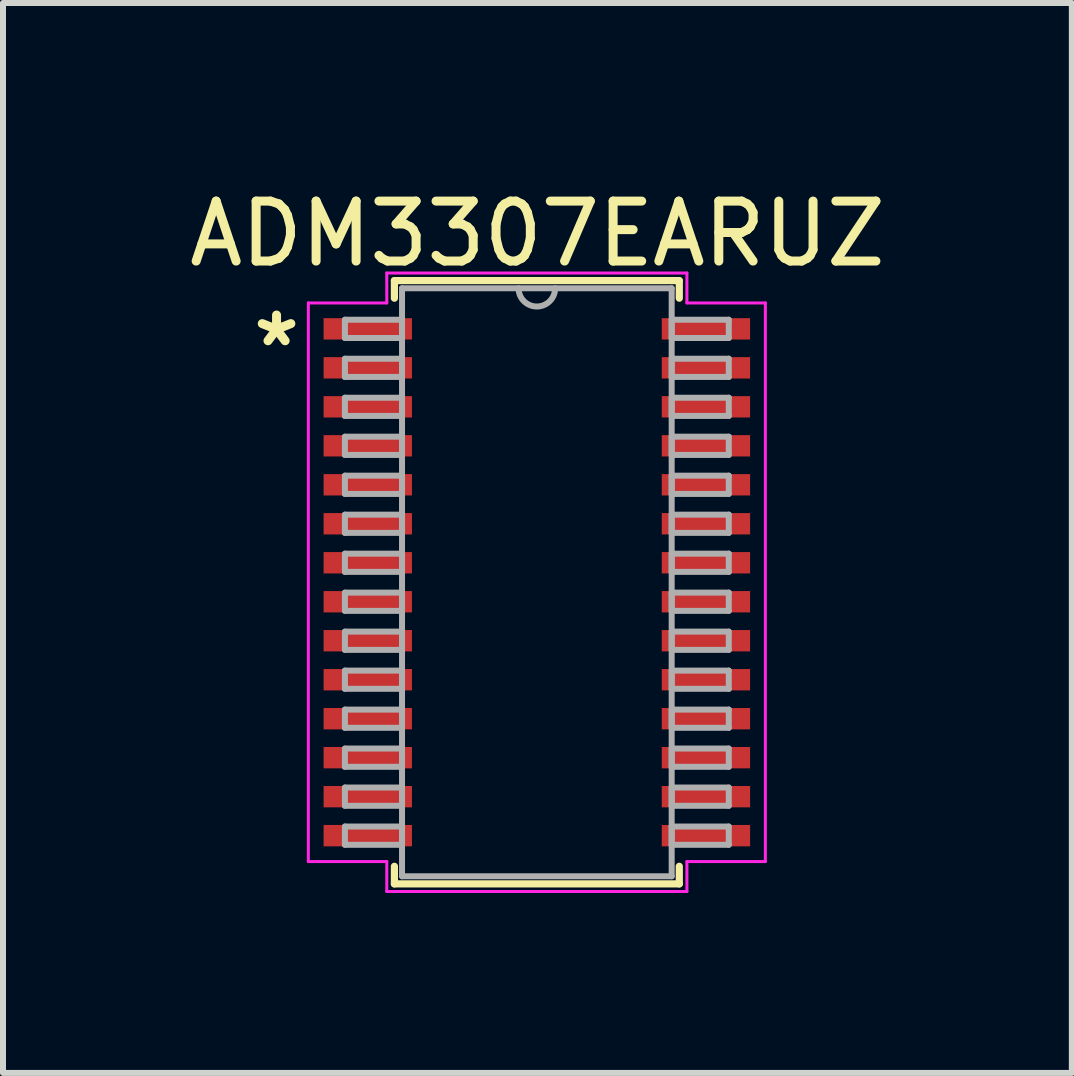
<source format=kicad_pcb>
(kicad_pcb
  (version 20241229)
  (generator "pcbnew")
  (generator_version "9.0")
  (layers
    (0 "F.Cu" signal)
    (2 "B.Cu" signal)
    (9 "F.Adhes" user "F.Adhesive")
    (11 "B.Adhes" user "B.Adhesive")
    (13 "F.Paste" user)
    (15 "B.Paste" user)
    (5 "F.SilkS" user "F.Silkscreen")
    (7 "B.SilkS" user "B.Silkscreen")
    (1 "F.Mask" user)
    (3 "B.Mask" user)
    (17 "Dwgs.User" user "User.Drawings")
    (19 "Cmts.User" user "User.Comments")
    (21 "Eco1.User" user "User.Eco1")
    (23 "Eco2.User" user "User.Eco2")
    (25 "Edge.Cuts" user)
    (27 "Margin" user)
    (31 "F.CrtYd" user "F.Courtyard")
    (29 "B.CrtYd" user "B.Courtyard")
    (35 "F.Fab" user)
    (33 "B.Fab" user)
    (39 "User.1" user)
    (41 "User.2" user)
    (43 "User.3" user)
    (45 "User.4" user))
  (footprint "ADM3307EARUZ"
    (layer "F.Cu")
    (at 5.901 6.658)
    (property "Reference" "ADM3307EARUZ" (at 0.01 -5.81 0) (layer "F.SilkS") (effects (font (size 1 1) (thickness 0.15))))
    (attr through_hole)
    (fp_line (start -2.375 -5.029) (end -2.375 -4.736) (stroke (width 0.12) (type solid)) (layer "F.SilkS"))
    (fp_line (start -2.375 4.736) (end -2.375 5.029) (stroke (width 0.12) (type solid)) (layer "F.SilkS"))
    (fp_line (start -2.375 5.029) (end 2.375 5.029) (stroke (width 0.12) (type solid)) (layer "F.SilkS"))
    (fp_line (start 2.375 -5.029) (end -2.375 -5.029) (stroke (width 0.12) (type solid)) (layer "F.SilkS"))
    (fp_line (start 2.375 -4.736) (end 2.375 -5.029) (stroke (width 0.12) (type solid)) (layer "F.SilkS"))
    (fp_line (start 2.375 5.029) (end 2.375 4.736) (stroke (width 0.12) (type solid)) (layer "F.SilkS"))
    (fp_line (start -3.81 -4.657) (end -2.502 -4.657) (stroke (width 0.05) (type solid)) (layer "F.CrtYd"))
    (fp_line (start -3.81 4.657) (end -3.81 -4.657) (stroke (width 0.05) (type solid)) (layer "F.CrtYd"))
    (fp_line (start -2.502 -5.156) (end 2.502 -5.156) (stroke (width 0.05) (type solid)) (layer "F.CrtYd"))
    (fp_line (start -2.502 -4.657) (end -2.502 -5.156) (stroke (width 0.05) (type solid)) (layer "F.CrtYd"))
    (fp_line (start -2.502 4.657) (end -3.81 4.657) (stroke (width 0.05) (type solid)) (layer "F.CrtYd"))
    (fp_line (start -2.502 5.156) (end -2.502 4.657) (stroke (width 0.05) (type solid)) (layer "F.CrtYd"))
    (fp_line (start 2.502 -5.156) (end 2.502 -4.657) (stroke (width 0.05) (type solid)) (layer "F.CrtYd"))
    (fp_line (start 2.502 -4.657) (end 3.81 -4.657) (stroke (width 0.05) (type solid)) (layer "F.CrtYd"))
    (fp_line (start 2.502 4.657) (end 2.502 5.156) (stroke (width 0.05) (type solid)) (layer "F.CrtYd"))
    (fp_line (start 2.502 5.156) (end -2.502 5.156) (stroke (width 0.05) (type solid)) (layer "F.CrtYd"))
    (fp_line (start 3.81 -4.657) (end 3.81 4.657) (stroke (width 0.05) (type solid)) (layer "F.CrtYd"))
    (fp_line (start 3.81 4.657) (end 2.502 4.657) (stroke (width 0.05) (type solid)) (layer "F.CrtYd"))
    (fp_line (start -3.2 -4.377) (end -3.2 -4.073) (stroke (width 0.1) (type solid)) (layer "F.Fab"))
    (fp_line (start -3.2 -4.073) (end -2.248 -4.073) (stroke (width 0.1) (type solid)) (layer "F.Fab"))
    (fp_line (start -3.2 -3.727) (end -3.2 -3.423) (stroke (width 0.1) (type solid)) (layer "F.Fab"))
    (fp_line (start -3.2 -3.423) (end -2.248 -3.423) (stroke (width 0.1) (type solid)) (layer "F.Fab"))
    (fp_line (start -3.2 -3.077) (end -3.2 -2.773) (stroke (width 0.1) (type solid)) (layer "F.Fab"))
    (fp_line (start -3.2 -2.773) (end -2.248 -2.773) (stroke (width 0.1) (type solid)) (layer "F.Fab"))
    (fp_line (start -3.2 -2.427) (end -3.2 -2.123) (stroke (width 0.1) (type solid)) (layer "F.Fab"))
    (fp_line (start -3.2 -2.123) (end -2.248 -2.123) (stroke (width 0.1) (type solid)) (layer "F.Fab"))
    (fp_line (start -3.2 -1.777) (end -3.2 -1.473) (stroke (width 0.1) (type solid)) (layer "F.Fab"))
    (fp_line (start -3.2 -1.473) (end -2.248 -1.473) (stroke (width 0.1) (type solid)) (layer "F.Fab"))
    (fp_line (start -3.2 -1.127) (end -3.2 -0.823) (stroke (width 0.1) (type solid)) (layer "F.Fab"))
    (fp_line (start -3.2 -0.823) (end -2.248 -0.823) (stroke (width 0.1) (type solid)) (layer "F.Fab"))
    (fp_line (start -3.2 -0.477) (end -3.2 -0.173) (stroke (width 0.1) (type solid)) (layer "F.Fab"))
    (fp_line (start -3.2 -0.173) (end -2.248 -0.173) (stroke (width 0.1) (type solid)) (layer "F.Fab"))
    (fp_line (start -3.2 0.173) (end -3.2 0.477) (stroke (width 0.1) (type solid)) (layer "F.Fab"))
    (fp_line (start -3.2 0.477) (end -2.248 0.477) (stroke (width 0.1) (type solid)) (layer "F.Fab"))
    (fp_line (start -3.2 0.823) (end -3.2 1.127) (stroke (width 0.1) (type solid)) (layer "F.Fab"))
    (fp_line (start -3.2 1.127) (end -2.248 1.127) (stroke (width 0.1) (type solid)) (layer "F.Fab"))
    (fp_line (start -3.2 1.473) (end -3.2 1.777) (stroke (width 0.1) (type solid)) (layer "F.Fab"))
    (fp_line (start -3.2 1.777) (end -2.248 1.777) (stroke (width 0.1) (type solid)) (layer "F.Fab"))
    (fp_line (start -3.2 2.123) (end -3.2 2.427) (stroke (width 0.1) (type solid)) (layer "F.Fab"))
    (fp_line (start -3.2 2.427) (end -2.248 2.427) (stroke (width 0.1) (type solid)) (layer "F.Fab"))
    (fp_line (start -3.2 2.773) (end -3.2 3.077) (stroke (width 0.1) (type solid)) (layer "F.Fab"))
    (fp_line (start -3.2 3.077) (end -2.248 3.077) (stroke (width 0.1) (type solid)) (layer "F.Fab"))
    (fp_line (start -3.2 3.423) (end -3.2 3.727) (stroke (width 0.1) (type solid)) (layer "F.Fab"))
    (fp_line (start -3.2 3.727) (end -2.248 3.727) (stroke (width 0.1) (type solid)) (layer "F.Fab"))
    (fp_line (start -3.2 4.073) (end -3.2 4.377) (stroke (width 0.1) (type solid)) (layer "F.Fab"))
    (fp_line (start -3.2 4.377) (end -2.248 4.377) (stroke (width 0.1) (type solid)) (layer "F.Fab"))
    (fp_line (start -2.248 -4.902) (end -2.248 4.902) (stroke (width 0.1) (type solid)) (layer "F.Fab"))
    (fp_line (start -2.248 -4.377) (end -3.2 -4.377) (stroke (width 0.1) (type solid)) (layer "F.Fab"))
    (fp_line (start -2.248 -4.073) (end -2.248 -4.377) (stroke (width 0.1) (type solid)) (layer "F.Fab"))
    (fp_line (start -2.248 -3.727) (end -3.2 -3.727) (stroke (width 0.1) (type solid)) (layer "F.Fab"))
    (fp_line (start -2.248 -3.423) (end -2.248 -3.727) (stroke (width 0.1) (type solid)) (layer "F.Fab"))
    (fp_line (start -2.248 -3.077) (end -3.2 -3.077) (stroke (width 0.1) (type solid)) (layer "F.Fab"))
    (fp_line (start -2.248 -2.773) (end -2.248 -3.077) (stroke (width 0.1) (type solid)) (layer "F.Fab"))
    (fp_line (start -2.248 -2.427) (end -3.2 -2.427) (stroke (width 0.1) (type solid)) (layer "F.Fab"))
    (fp_line (start -2.248 -2.123) (end -2.248 -2.427) (stroke (width 0.1) (type solid)) (layer "F.Fab"))
    (fp_line (start -2.248 -1.777) (end -3.2 -1.777) (stroke (width 0.1) (type solid)) (layer "F.Fab"))
    (fp_line (start -2.248 -1.473) (end -2.248 -1.777) (stroke (width 0.1) (type solid)) (layer "F.Fab"))
    (fp_line (start -2.248 -1.127) (end -3.2 -1.127) (stroke (width 0.1) (type solid)) (layer "F.Fab"))
    (fp_line (start -2.248 -0.823) (end -2.248 -1.127) (stroke (width 0.1) (type solid)) (layer "F.Fab"))
    (fp_line (start -2.248 -0.477) (end -3.2 -0.477) (stroke (width 0.1) (type solid)) (layer "F.Fab"))
    (fp_line (start -2.248 -0.173) (end -2.248 -0.477) (stroke (width 0.1) (type solid)) (layer "F.Fab"))
    (fp_line (start -2.248 0.173) (end -3.2 0.173) (stroke (width 0.1) (type solid)) (layer "F.Fab"))
    (fp_line (start -2.248 0.477) (end -2.248 0.173) (stroke (width 0.1) (type solid)) (layer "F.Fab"))
    (fp_line (start -2.248 0.823) (end -3.2 0.823) (stroke (width 0.1) (type solid)) (layer "F.Fab"))
    (fp_line (start -2.248 1.127) (end -2.248 0.823) (stroke (width 0.1) (type solid)) (layer "F.Fab"))
    (fp_line (start -2.248 1.473) (end -3.2 1.473) (stroke (width 0.1) (type solid)) (layer "F.Fab"))
    (fp_line (start -2.248 1.777) (end -2.248 1.473) (stroke (width 0.1) (type solid)) (layer "F.Fab"))
    (fp_line (start -2.248 2.123) (end -3.2 2.123) (stroke (width 0.1) (type solid)) (layer "F.Fab"))
    (fp_line (start -2.248 2.427) (end -2.248 2.123) (stroke (width 0.1) (type solid)) (layer "F.Fab"))
    (fp_line (start -2.248 2.773) (end -3.2 2.773) (stroke (width 0.1) (type solid)) (layer "F.Fab"))
    (fp_line (start -2.248 3.077) (end -2.248 2.773) (stroke (width 0.1) (type solid)) (layer "F.Fab"))
    (fp_line (start -2.248 3.423) (end -3.2 3.423) (stroke (width 0.1) (type solid)) (layer "F.Fab"))
    (fp_line (start -2.248 3.727) (end -2.248 3.423) (stroke (width 0.1) (type solid)) (layer "F.Fab"))
    (fp_line (start -2.248 4.073) (end -3.2 4.073) (stroke (width 0.1) (type solid)) (layer "F.Fab"))
    (fp_line (start -2.248 4.377) (end -2.248 4.073) (stroke (width 0.1) (type solid)) (layer "F.Fab"))
    (fp_line (start -2.248 4.902) (end 2.248 4.902) (stroke (width 0.1) (type solid)) (layer "F.Fab"))
    (fp_line (start 2.248 -4.902) (end -2.248 -4.902) (stroke (width 0.1) (type solid)) (layer "F.Fab"))
    (fp_line (start 2.248 -4.377) (end 2.248 -4.073) (stroke (width 0.1) (type solid)) (layer "F.Fab"))
    (fp_line (start 2.248 -4.073) (end 3.2 -4.073) (stroke (width 0.1) (type solid)) (layer "F.Fab"))
    (fp_line (start 2.248 -3.727) (end 2.248 -3.423) (stroke (width 0.1) (type solid)) (layer "F.Fab"))
    (fp_line (start 2.248 -3.423) (end 3.2 -3.423) (stroke (width 0.1) (type solid)) (layer "F.Fab"))
    (fp_line (start 2.248 -3.077) (end 2.248 -2.773) (stroke (width 0.1) (type solid)) (layer "F.Fab"))
    (fp_line (start 2.248 -2.773) (end 3.2 -2.773) (stroke (width 0.1) (type solid)) (layer "F.Fab"))
    (fp_line (start 2.248 -2.427) (end 2.248 -2.123) (stroke (width 0.1) (type solid)) (layer "F.Fab"))
    (fp_line (start 2.248 -2.123) (end 3.2 -2.123) (stroke (width 0.1) (type solid)) (layer "F.Fab"))
    (fp_line (start 2.248 -1.777) (end 2.248 -1.473) (stroke (width 0.1) (type solid)) (layer "F.Fab"))
    (fp_line (start 2.248 -1.473) (end 3.2 -1.473) (stroke (width 0.1) (type solid)) (layer "F.Fab"))
    (fp_line (start 2.248 -1.127) (end 2.248 -0.823) (stroke (width 0.1) (type solid)) (layer "F.Fab"))
    (fp_line (start 2.248 -0.823) (end 3.2 -0.823) (stroke (width 0.1) (type solid)) (layer "F.Fab"))
    (fp_line (start 2.248 -0.477) (end 2.248 -0.173) (stroke (width 0.1) (type solid)) (layer "F.Fab"))
    (fp_line (start 2.248 -0.173) (end 3.2 -0.173) (stroke (width 0.1) (type solid)) (layer "F.Fab"))
    (fp_line (start 2.248 0.173) (end 2.248 0.477) (stroke (width 0.1) (type solid)) (layer "F.Fab"))
    (fp_line (start 2.248 0.477) (end 3.2 0.477) (stroke (width 0.1) (type solid)) (layer "F.Fab"))
    (fp_line (start 2.248 0.823) (end 2.248 1.127) (stroke (width 0.1) (type solid)) (layer "F.Fab"))
    (fp_line (start 2.248 1.127) (end 3.2 1.127) (stroke (width 0.1) (type solid)) (layer "F.Fab"))
    (fp_line (start 2.248 1.473) (end 2.248 1.777) (stroke (width 0.1) (type solid)) (layer "F.Fab"))
    (fp_line (start 2.248 1.777) (end 3.2 1.777) (stroke (width 0.1) (type solid)) (layer "F.Fab"))
    (fp_line (start 2.248 2.123) (end 2.248 2.427) (stroke (width 0.1) (type solid)) (layer "F.Fab"))
    (fp_line (start 2.248 2.427) (end 3.2 2.427) (stroke (width 0.1) (type solid)) (layer "F.Fab"))
    (fp_line (start 2.248 2.773) (end 2.248 3.077) (stroke (width 0.1) (type solid)) (layer "F.Fab"))
    (fp_line (start 2.248 3.077) (end 3.2 3.077) (stroke (width 0.1) (type solid)) (layer "F.Fab"))
    (fp_line (start 2.248 3.423) (end 2.248 3.727) (stroke (width 0.1) (type solid)) (layer "F.Fab"))
    (fp_line (start 2.248 3.727) (end 3.2 3.727) (stroke (width 0.1) (type solid)) (layer "F.Fab"))
    (fp_line (start 2.248 4.073) (end 2.248 4.377) (stroke (width 0.1) (type solid)) (layer "F.Fab"))
    (fp_line (start 2.248 4.377) (end 3.2 4.377) (stroke (width 0.1) (type solid)) (layer "F.Fab"))
    (fp_line (start 2.248 4.902) (end 2.248 -4.902) (stroke (width 0.1) (type solid)) (layer "F.Fab"))
    (fp_line (start 3.2 -4.377) (end 2.248 -4.377) (stroke (width 0.1) (type solid)) (layer "F.Fab"))
    (fp_line (start 3.2 -4.073) (end 3.2 -4.377) (stroke (width 0.1) (type solid)) (layer "F.Fab"))
    (fp_line (start 3.2 -3.727) (end 2.248 -3.727) (stroke (width 0.1) (type solid)) (layer "F.Fab"))
    (fp_line (start 3.2 -3.423) (end 3.2 -3.727) (stroke (width 0.1) (type solid)) (layer "F.Fab"))
    (fp_line (start 3.2 -3.077) (end 2.248 -3.077) (stroke (width 0.1) (type solid)) (layer "F.Fab"))
    (fp_line (start 3.2 -2.773) (end 3.2 -3.077) (stroke (width 0.1) (type solid)) (layer "F.Fab"))
    (fp_line (start 3.2 -2.427) (end 2.248 -2.427) (stroke (width 0.1) (type solid)) (layer "F.Fab"))
    (fp_line (start 3.2 -2.123) (end 3.2 -2.427) (stroke (width 0.1) (type solid)) (layer "F.Fab"))
    (fp_line (start 3.2 -1.777) (end 2.248 -1.777) (stroke (width 0.1) (type solid)) (layer "F.Fab"))
    (fp_line (start 3.2 -1.473) (end 3.2 -1.777) (stroke (width 0.1) (type solid)) (layer "F.Fab"))
    (fp_line (start 3.2 -1.127) (end 2.248 -1.127) (stroke (width 0.1) (type solid)) (layer "F.Fab"))
    (fp_line (start 3.2 -0.823) (end 3.2 -1.127) (stroke (width 0.1) (type solid)) (layer "F.Fab"))
    (fp_line (start 3.2 -0.477) (end 2.248 -0.477) (stroke (width 0.1) (type solid)) (layer "F.Fab"))
    (fp_line (start 3.2 -0.173) (end 3.2 -0.477) (stroke (width 0.1) (type solid)) (layer "F.Fab"))
    (fp_line (start 3.2 0.173) (end 2.248 0.173) (stroke (width 0.1) (type solid)) (layer "F.Fab"))
    (fp_line (start 3.2 0.477) (end 3.2 0.173) (stroke (width 0.1) (type solid)) (layer "F.Fab"))
    (fp_line (start 3.2 0.823) (end 2.248 0.823) (stroke (width 0.1) (type solid)) (layer "F.Fab"))
    (fp_line (start 3.2 1.127) (end 3.2 0.823) (stroke (width 0.1) (type solid)) (layer "F.Fab"))
    (fp_line (start 3.2 1.473) (end 2.248 1.473) (stroke (width 0.1) (type solid)) (layer "F.Fab"))
    (fp_line (start 3.2 1.777) (end 3.2 1.473) (stroke (width 0.1) (type solid)) (layer "F.Fab"))
    (fp_line (start 3.2 2.123) (end 2.248 2.123) (stroke (width 0.1) (type solid)) (layer "F.Fab"))
    (fp_line (start 3.2 2.427) (end 3.2 2.123) (stroke (width 0.1) (type solid)) (layer "F.Fab"))
    (fp_line (start 3.2 2.773) (end 2.248 2.773) (stroke (width 0.1) (type solid)) (layer "F.Fab"))
    (fp_line (start 3.2 3.077) (end 3.2 2.773) (stroke (width 0.1) (type solid)) (layer "F.Fab"))
    (fp_line (start 3.2 3.423) (end 2.248 3.423) (stroke (width 0.1) (type solid)) (layer "F.Fab"))
    (fp_line (start 3.2 3.727) (end 3.2 3.423) (stroke (width 0.1) (type solid)) (layer "F.Fab"))
    (fp_line (start 3.2 4.073) (end 2.248 4.073) (stroke (width 0.1) (type solid)) (layer "F.Fab"))
    (fp_line (start 3.2 4.377) (end 3.2 4.073) (stroke (width 0.1) (type solid)) (layer "F.Fab"))
    (fp_arc (start 0.3048 -4.9022) (mid 0 -4.5974) (end -0.3048 -4.9022) (stroke (width 0.1) (type solid)) (layer "F.Fab"))
    (fp_text user "*" (at -4.34 -3.91 0) (layer "F.SilkS") (effects (font (size 1 1) (thickness 0.15))))
    (pad "1" smd rect (at -2.819 -4.225) (size 1.473 0.356) (layers "F.Cu" "F.Mask" "F.Paste"))
    (pad "2" smd rect (at -2.819 -3.575) (size 1.473 0.356) (layers "F.Cu" "F.Mask" "F.Paste"))
    (pad "3" smd rect (at -2.819 -2.925) (size 1.473 0.356) (layers "F.Cu" "F.Mask" "F.Paste"))
    (pad "4" smd rect (at -2.819 -2.275) (size 1.473 0.356) (layers "F.Cu" "F.Mask" "F.Paste"))
    (pad "5" smd rect (at -2.819 -1.625) (size 1.473 0.356) (layers "F.Cu" "F.Mask" "F.Paste"))
    (pad "6" smd rect (at -2.819 -0.975) (size 1.473 0.356) (layers "F.Cu" "F.Mask" "F.Paste"))
    (pad "7" smd rect (at -2.819 -0.325) (size 1.473 0.356) (layers "F.Cu" "F.Mask" "F.Paste"))
    (pad "8" smd rect (at -2.819 0.325) (size 1.473 0.356) (layers "F.Cu" "F.Mask" "F.Paste"))
    (pad "9" smd rect (at -2.819 0.975) (size 1.473 0.356) (layers "F.Cu" "F.Mask" "F.Paste"))
    (pad "10" smd rect (at -2.819 1.625) (size 1.473 0.356) (layers "F.Cu" "F.Mask" "F.Paste"))
    (pad "11" smd rect (at -2.819 2.275) (size 1.473 0.356) (layers "F.Cu" "F.Mask" "F.Paste"))
    (pad "12" smd rect (at -2.819 2.925) (size 1.473 0.356) (layers "F.Cu" "F.Mask" "F.Paste"))
    (pad "13" smd rect (at -2.819 3.575) (size 1.473 0.356) (layers "F.Cu" "F.Mask" "F.Paste"))
    (pad "14" smd rect (at -2.819 4.225) (size 1.473 0.356) (layers "F.Cu" "F.Mask" "F.Paste"))
    (pad "15" smd rect (at 2.819 4.225) (size 1.473 0.356) (layers "F.Cu" "F.Mask" "F.Paste"))
    (pad "16" smd rect (at 2.819 3.575) (size 1.473 0.356) (layers "F.Cu" "F.Mask" "F.Paste"))
    (pad "17" smd rect (at 2.819 2.925) (size 1.473 0.356) (layers "F.Cu" "F.Mask" "F.Paste"))
    (pad "18" smd rect (at 2.819 2.275) (size 1.473 0.356) (layers "F.Cu" "F.Mask" "F.Paste"))
    (pad "19" smd rect (at 2.819 1.625) (size 1.473 0.356) (layers "F.Cu" "F.Mask" "F.Paste"))
    (pad "20" smd rect (at 2.819 0.975) (size 1.473 0.356) (layers "F.Cu" "F.Mask" "F.Paste"))
    (pad "21" smd rect (at 2.819 0.325) (size 1.473 0.356) (layers "F.Cu" "F.Mask" "F.Paste"))
    (pad "22" smd rect (at 2.819 -0.325) (size 1.473 0.356) (layers "F.Cu" "F.Mask" "F.Paste"))
    (pad "23" smd rect (at 2.819 -0.975) (size 1.473 0.356) (layers "F.Cu" "F.Mask" "F.Paste"))
    (pad "24" smd rect (at 2.819 -1.625) (size 1.473 0.356) (layers "F.Cu" "F.Mask" "F.Paste"))
    (pad "25" smd rect (at 2.819 -2.275) (size 1.473 0.356) (layers "F.Cu" "F.Mask" "F.Paste"))
    (pad "26" smd rect (at 2.819 -2.925) (size 1.473 0.356) (layers "F.Cu" "F.Mask" "F.Paste"))
    (pad "27" smd rect (at 2.819 -3.575) (size 1.473 0.356) (layers "F.Cu" "F.Mask" "F.Paste"))
    (pad "28" smd rect (at 2.819 -4.225) (size 1.473 0.356) (layers "F.Cu" "F.Mask" "F.Paste")))
  (gr_rect
    (start -3 -3)
    (end 14.821 14.839)
    (stroke (width 0.1) (type default))
    (fill no)
    (layer "Edge.Cuts")))
</source>
